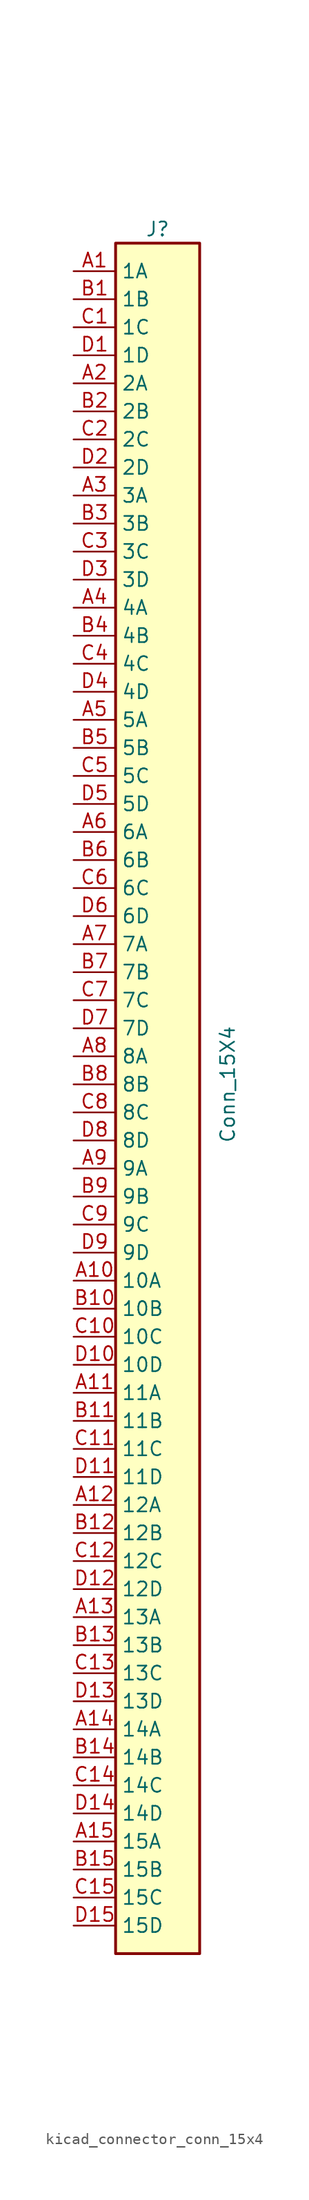
<source format=kicad_sym>
(kicad_symbol_lib
  (version 20220914)
  (generator kicad_symbol_editor)
  (symbol "kicad_connector_conn_15x4"
    (property "Reference" "J"
      (at 0 80.01 0)
      (effects (font (size 1.27 1.27))))
    (property "Value" "Conn_15X4"
      (at 6.35 2.54 90)
      (effects (font (size 1.27 1.27))))
    (symbol "kicad_connector_conn_15x4_0_1"
      (rectangle (start 3.81 -76.2) (end -3.81 78.74) (stroke (width 0.254) (type default)) (fill (type background))))
    (symbol "kicad_connector_conn_15x4_1_1"
      (pin passive line (at -7.62 76.2 0) (length 3.81) (name "1A" (effects (font (size 1.27 1.27)))) (number "A1" (effects (font (size 1.27 1.27)))))
      (pin passive line (at -7.62 -15.24 0) (length 3.81) (name "10A" (effects (font (size 1.27 1.27)))) (number "A10" (effects (font (size 1.27 1.27)))))
      (pin passive line (at -7.62 -25.4 0) (length 3.81) (name "11A" (effects (font (size 1.27 1.27)))) (number "A11" (effects (font (size 1.27 1.27)))))
      (pin passive line (at -7.62 -35.56 0) (length 3.81) (name "12A" (effects (font (size 1.27 1.27)))) (number "A12" (effects (font (size 1.27 1.27)))))
      (pin passive line (at -7.62 -45.72 0) (length 3.81) (name "13A" (effects (font (size 1.27 1.27)))) (number "A13" (effects (font (size 1.27 1.27)))))
      (pin passive line (at -7.62 -55.88 0) (length 3.81) (name "14A" (effects (font (size 1.27 1.27)))) (number "A14" (effects (font (size 1.27 1.27)))))
      (pin passive line (at -7.62 -66.04 0) (length 3.81) (name "15A" (effects (font (size 1.27 1.27)))) (number "A15" (effects (font (size 1.27 1.27)))))
      (pin passive line (at -7.62 66.04 0) (length 3.81) (name "2A" (effects (font (size 1.27 1.27)))) (number "A2" (effects (font (size 1.27 1.27)))))
      (pin passive line (at -7.62 55.88 0) (length 3.81) (name "3A" (effects (font (size 1.27 1.27)))) (number "A3" (effects (font (size 1.27 1.27)))))
      (pin passive line (at -7.62 45.72 0) (length 3.81) (name "4A" (effects (font (size 1.27 1.27)))) (number "A4" (effects (font (size 1.27 1.27)))))
      (pin passive line (at -7.62 35.56 0) (length 3.81) (name "5A" (effects (font (size 1.27 1.27)))) (number "A5" (effects (font (size 1.27 1.27)))))
      (pin passive line (at -7.62 25.4 0) (length 3.81) (name "6A" (effects (font (size 1.27 1.27)))) (number "A6" (effects (font (size 1.27 1.27)))))
      (pin passive line (at -7.62 15.24 0) (length 3.81) (name "7A" (effects (font (size 1.27 1.27)))) (number "A7" (effects (font (size 1.27 1.27)))))
      (pin passive line (at -7.62 5.08 0) (length 3.81) (name "8A" (effects (font (size 1.27 1.27)))) (number "A8" (effects (font (size 1.27 1.27)))))
      (pin passive line (at -7.62 -5.08 0) (length 3.81) (name "9A" (effects (font (size 1.27 1.27)))) (number "A9" (effects (font (size 1.27 1.27)))))
      (pin passive line (at -7.62 73.66 0) (length 3.81) (name "1B" (effects (font (size 1.27 1.27)))) (number "B1" (effects (font (size 1.27 1.27)))))
      (pin passive line (at -7.62 -17.78 0) (length 3.81) (name "10B" (effects (font (size 1.27 1.27)))) (number "B10" (effects (font (size 1.27 1.27)))))
      (pin passive line (at -7.62 -27.94 0) (length 3.81) (name "11B" (effects (font (size 1.27 1.27)))) (number "B11" (effects (font (size 1.27 1.27)))))
      (pin passive line (at -7.62 -38.1 0) (length 3.81) (name "12B" (effects (font (size 1.27 1.27)))) (number "B12" (effects (font (size 1.27 1.27)))))
      (pin passive line (at -7.62 -48.26 0) (length 3.81) (name "13B" (effects (font (size 1.27 1.27)))) (number "B13" (effects (font (size 1.27 1.27)))))
      (pin passive line (at -7.62 -58.42 0) (length 3.81) (name "14B" (effects (font (size 1.27 1.27)))) (number "B14" (effects (font (size 1.27 1.27)))))
      (pin passive line (at -7.62 -68.58 0) (length 3.81) (name "15B" (effects (font (size 1.27 1.27)))) (number "B15" (effects (font (size 1.27 1.27)))))
      (pin passive line (at -7.62 63.5 0) (length 3.81) (name "2B" (effects (font (size 1.27 1.27)))) (number "B2" (effects (font (size 1.27 1.27)))))
      (pin passive line (at -7.62 53.34 0) (length 3.81) (name "3B" (effects (font (size 1.27 1.27)))) (number "B3" (effects (font (size 1.27 1.27)))))
      (pin passive line (at -7.62 43.18 0) (length 3.81) (name "4B" (effects (font (size 1.27 1.27)))) (number "B4" (effects (font (size 1.27 1.27)))))
      (pin passive line (at -7.62 33.02 0) (length 3.81) (name "5B" (effects (font (size 1.27 1.27)))) (number "B5" (effects (font (size 1.27 1.27)))))
      (pin passive line (at -7.62 22.86 0) (length 3.81) (name "6B" (effects (font (size 1.27 1.27)))) (number "B6" (effects (font (size 1.27 1.27)))))
      (pin passive line (at -7.62 12.7 0) (length 3.81) (name "7B" (effects (font (size 1.27 1.27)))) (number "B7" (effects (font (size 1.27 1.27)))))
      (pin passive line (at -7.62 2.54 0) (length 3.81) (name "8B" (effects (font (size 1.27 1.27)))) (number "B8" (effects (font (size 1.27 1.27)))))
      (pin passive line (at -7.62 -7.62 0) (length 3.81) (name "9B" (effects (font (size 1.27 1.27)))) (number "B9" (effects (font (size 1.27 1.27)))))
      (pin passive line (at -7.62 71.12 0) (length 3.81) (name "1C" (effects (font (size 1.27 1.27)))) (number "C1" (effects (font (size 1.27 1.27)))))
      (pin passive line (at -7.62 -20.32 0) (length 3.81) (name "10C" (effects (font (size 1.27 1.27)))) (number "C10" (effects (font (size 1.27 1.27)))))
      (pin passive line (at -7.62 -30.48 0) (length 3.81) (name "11C" (effects (font (size 1.27 1.27)))) (number "C11" (effects (font (size 1.27 1.27)))))
      (pin passive line (at -7.62 -40.64 0) (length 3.81) (name "12C" (effects (font (size 1.27 1.27)))) (number "C12" (effects (font (size 1.27 1.27)))))
      (pin passive line (at -7.62 -50.8 0) (length 3.81) (name "13C" (effects (font (size 1.27 1.27)))) (number "C13" (effects (font (size 1.27 1.27)))))
      (pin passive line (at -7.62 -60.96 0) (length 3.81) (name "14C" (effects (font (size 1.27 1.27)))) (number "C14" (effects (font (size 1.27 1.27)))))
      (pin passive line (at -7.62 -71.12 0) (length 3.81) (name "15C" (effects (font (size 1.27 1.27)))) (number "C15" (effects (font (size 1.27 1.27)))))
      (pin passive line (at -7.62 60.96 0) (length 3.81) (name "2C" (effects (font (size 1.27 1.27)))) (number "C2" (effects (font (size 1.27 1.27)))))
      (pin passive line (at -7.62 50.8 0) (length 3.81) (name "3C" (effects (font (size 1.27 1.27)))) (number "C3" (effects (font (size 1.27 1.27)))))
      (pin passive line (at -7.62 40.64 0) (length 3.81) (name "4C" (effects (font (size 1.27 1.27)))) (number "C4" (effects (font (size 1.27 1.27)))))
      (pin passive line (at -7.62 30.48 0) (length 3.81) (name "5C" (effects (font (size 1.27 1.27)))) (number "C5" (effects (font (size 1.27 1.27)))))
      (pin passive line (at -7.62 20.32 0) (length 3.81) (name "6C" (effects (font (size 1.27 1.27)))) (number "C6" (effects (font (size 1.27 1.27)))))
      (pin passive line (at -7.62 10.16 0) (length 3.81) (name "7C" (effects (font (size 1.27 1.27)))) (number "C7" (effects (font (size 1.27 1.27)))))
      (pin passive line (at -7.62 0 0) (length 3.81) (name "8C" (effects (font (size 1.27 1.27)))) (number "C8" (effects (font (size 1.27 1.27)))))
      (pin passive line (at -7.62 -10.16 0) (length 3.81) (name "9C" (effects (font (size 1.27 1.27)))) (number "C9" (effects (font (size 1.27 1.27)))))
      (pin passive line (at -7.62 68.58 0) (length 3.81) (name "1D" (effects (font (size 1.27 1.27)))) (number "D1" (effects (font (size 1.27 1.27)))))
      (pin passive line (at -7.62 -22.86 0) (length 3.81) (name "10D" (effects (font (size 1.27 1.27)))) (number "D10" (effects (font (size 1.27 1.27)))))
      (pin passive line (at -7.62 -33.02 0) (length 3.81) (name "11D" (effects (font (size 1.27 1.27)))) (number "D11" (effects (font (size 1.27 1.27)))))
      (pin passive line (at -7.62 -43.18 0) (length 3.81) (name "12D" (effects (font (size 1.27 1.27)))) (number "D12" (effects (font (size 1.27 1.27)))))
      (pin passive line (at -7.62 -53.34 0) (length 3.81) (name "13D" (effects (font (size 1.27 1.27)))) (number "D13" (effects (font (size 1.27 1.27)))))
      (pin passive line (at -7.62 -63.5 0) (length 3.81) (name "14D" (effects (font (size 1.27 1.27)))) (number "D14" (effects (font (size 1.27 1.27)))))
      (pin passive line (at -7.62 -73.66 0) (length 3.81) (name "15D" (effects (font (size 1.27 1.27)))) (number "D15" (effects (font (size 1.27 1.27)))))
      (pin passive line (at -7.62 58.42 0) (length 3.81) (name "2D" (effects (font (size 1.27 1.27)))) (number "D2" (effects (font (size 1.27 1.27)))))
      (pin passive line (at -7.62 48.26 0) (length 3.81) (name "3D" (effects (font (size 1.27 1.27)))) (number "D3" (effects (font (size 1.27 1.27)))))
      (pin passive line (at -7.62 38.1 0) (length 3.81) (name "4D" (effects (font (size 1.27 1.27)))) (number "D4" (effects (font (size 1.27 1.27)))))
      (pin passive line (at -7.62 27.94 0) (length 3.81) (name "5D" (effects (font (size 1.27 1.27)))) (number "D5" (effects (font (size 1.27 1.27)))))
      (pin passive line (at -7.62 17.78 0) (length 3.81) (name "6D" (effects (font (size 1.27 1.27)))) (number "D6" (effects (font (size 1.27 1.27)))))
      (pin passive line (at -7.62 7.62 0) (length 3.81) (name "7D" (effects (font (size 1.27 1.27)))) (number "D7" (effects (font (size 1.27 1.27)))))
      (pin passive line (at -7.62 -2.54 0) (length 3.81) (name "8D" (effects (font (size 1.27 1.27)))) (number "D8" (effects (font (size 1.27 1.27)))))
      (pin passive line (at -7.62 -12.7 0) (length 3.81) (name "9D" (effects (font (size 1.27 1.27)))) (number "D9" (effects (font (size 1.27 1.27))))))))
</source>
